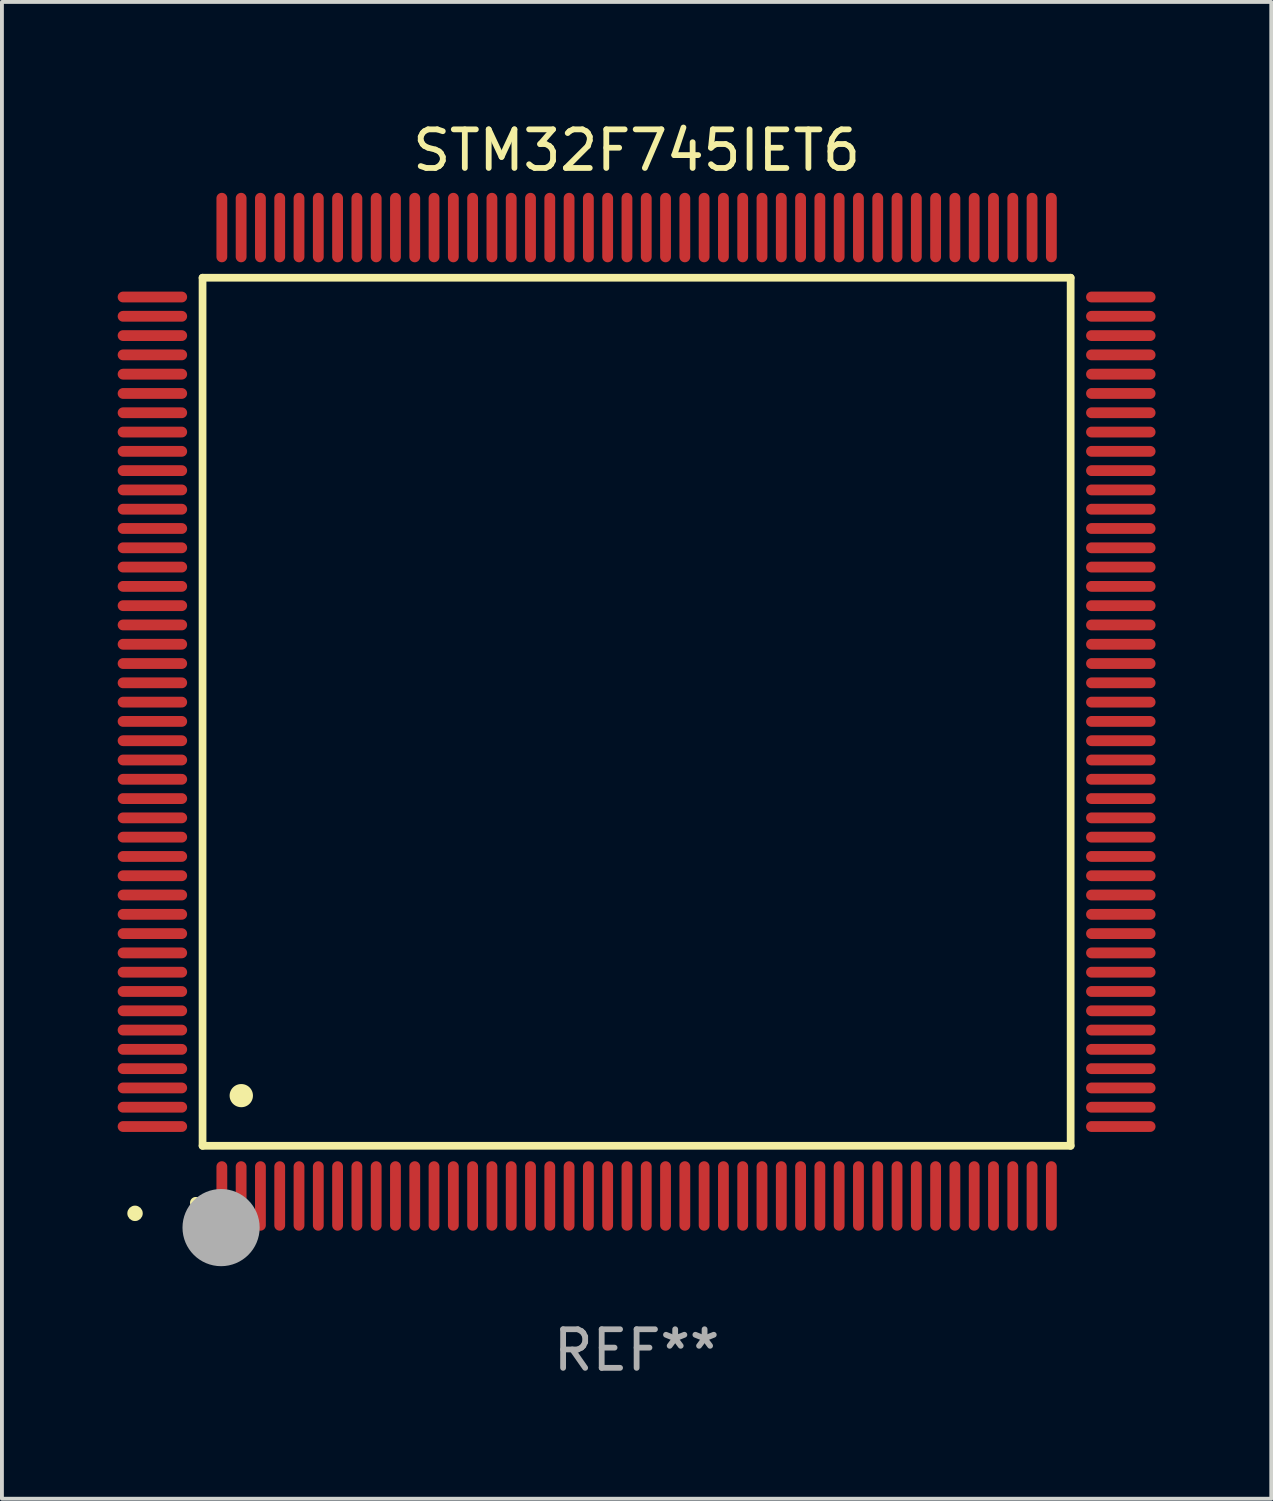
<source format=kicad_pcb>
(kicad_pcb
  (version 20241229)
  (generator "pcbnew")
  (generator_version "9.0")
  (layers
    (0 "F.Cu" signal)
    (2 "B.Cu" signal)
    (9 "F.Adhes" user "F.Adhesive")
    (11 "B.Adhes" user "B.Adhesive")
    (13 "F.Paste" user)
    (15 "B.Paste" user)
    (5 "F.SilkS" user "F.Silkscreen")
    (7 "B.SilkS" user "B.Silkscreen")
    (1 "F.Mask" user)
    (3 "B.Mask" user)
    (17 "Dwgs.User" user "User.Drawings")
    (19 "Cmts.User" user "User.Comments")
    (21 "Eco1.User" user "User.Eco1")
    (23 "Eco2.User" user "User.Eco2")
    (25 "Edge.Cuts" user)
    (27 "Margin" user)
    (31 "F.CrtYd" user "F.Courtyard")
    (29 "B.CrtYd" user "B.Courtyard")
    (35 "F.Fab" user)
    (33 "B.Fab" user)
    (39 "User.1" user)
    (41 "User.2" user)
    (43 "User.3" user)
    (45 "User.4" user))
  (footprint "STM32F745IET6"
    (layer "F.Cu")
    (at 13.45 15.398)
    (property "Reference" "STM32F745IET6" (at 0 -14.55 0) (layer "F.SilkS") (effects (font (size 1 1) (thickness 0.15))))
    (attr through_hole)
    (fp_line (start -11.25 -11.25) (end 11.25 -11.25) (stroke (width 0.2) (type solid)) (layer "F.SilkS"))
    (fp_line (start -11.25 11.25) (end -11.25 -11.25) (stroke (width 0.2) (type solid)) (layer "F.SilkS"))
    (fp_line (start 11.25 -11.25) (end 11.25 11.25) (stroke (width 0.2) (type solid)) (layer "F.SilkS"))
    (fp_line (start 11.25 11.25) (end -11.25 11.25) (stroke (width 0.2) (type solid)) (layer "F.SilkS"))
    (fp_arc (start -11.424943 12.725425) (mid -11.423673 12.72542) (end -11.422403 12.725425) (stroke (width 0.3) (type solid)) (layer "F.SilkS"))
    (fp_arc (start -10.24892 9.9492) (mid -10.24638 9.949189) (end -10.24384 9.9492) (stroke (width 0.6) (type solid)) (layer "F.SilkS"))
    (fp_circle (center -13 13) (end -12.9 13) (stroke (width 0.2) (type solid)) (fill no) (layer "F.SilkS"))
    (fp_circle (center -10.77 13.37) (end -10.27 13.37) (stroke (width 1) (type solid)) (fill no) (layer "F.Fab"))
    (fp_text user "REF**" (at 0 16.55 0) (layer "F.Fab") (effects (font (size 1 1) (thickness 0.15))))
    (pad "1" smd oval (at -10.75 12.55) (size 0.28 1.8) (layers "F.Cu" "F.Mask" "F.Paste"))
    (pad "2" smd oval (at -10.25 12.55) (size 0.28 1.8) (layers "F.Cu" "F.Mask" "F.Paste"))
    (pad "3" smd oval (at -9.75 12.55) (size 0.28 1.8) (layers "F.Cu" "F.Mask" "F.Paste"))
    (pad "4" smd oval (at -9.25 12.55) (size 0.28 1.8) (layers "F.Cu" "F.Mask" "F.Paste"))
    (pad "5" smd oval (at -8.75 12.55) (size 0.28 1.8) (layers "F.Cu" "F.Mask" "F.Paste"))
    (pad "6" smd oval (at -8.25 12.55) (size 0.28 1.8) (layers "F.Cu" "F.Mask" "F.Paste"))
    (pad "7" smd oval (at -7.75 12.55) (size 0.28 1.8) (layers "F.Cu" "F.Mask" "F.Paste"))
    (pad "8" smd oval (at -7.25 12.55) (size 0.28 1.8) (layers "F.Cu" "F.Mask" "F.Paste"))
    (pad "9" smd oval (at -6.75 12.55) (size 0.28 1.8) (layers "F.Cu" "F.Mask" "F.Paste"))
    (pad "10" smd oval (at -6.25 12.55) (size 0.28 1.8) (layers "F.Cu" "F.Mask" "F.Paste"))
    (pad "11" smd oval (at -5.75 12.55) (size 0.28 1.8) (layers "F.Cu" "F.Mask" "F.Paste"))
    (pad "12" smd oval (at -5.25 12.55) (size 0.28 1.8) (layers "F.Cu" "F.Mask" "F.Paste"))
    (pad "13" smd oval (at -4.75 12.55) (size 0.28 1.8) (layers "F.Cu" "F.Mask" "F.Paste"))
    (pad "14" smd oval (at -4.25 12.55) (size 0.28 1.8) (layers "F.Cu" "F.Mask" "F.Paste"))
    (pad "15" smd oval (at -3.75 12.55) (size 0.28 1.8) (layers "F.Cu" "F.Mask" "F.Paste"))
    (pad "16" smd oval (at -3.25 12.55) (size 0.28 1.8) (layers "F.Cu" "F.Mask" "F.Paste"))
    (pad "17" smd oval (at -2.75 12.55) (size 0.28 1.8) (layers "F.Cu" "F.Mask" "F.Paste"))
    (pad "18" smd oval (at -2.25 12.55) (size 0.28 1.8) (layers "F.Cu" "F.Mask" "F.Paste"))
    (pad "19" smd oval (at -1.75 12.55) (size 0.28 1.8) (layers "F.Cu" "F.Mask" "F.Paste"))
    (pad "20" smd oval (at -1.25 12.55) (size 0.28 1.8) (layers "F.Cu" "F.Mask" "F.Paste"))
    (pad "21" smd oval (at -0.75 12.55) (size 0.28 1.8) (layers "F.Cu" "F.Mask" "F.Paste"))
    (pad "22" smd oval (at -0.25 12.55) (size 0.28 1.8) (layers "F.Cu" "F.Mask" "F.Paste"))
    (pad "23" smd oval (at 0.25 12.55) (size 0.28 1.8) (layers "F.Cu" "F.Mask" "F.Paste"))
    (pad "24" smd oval (at 0.75 12.55) (size 0.28 1.8) (layers "F.Cu" "F.Mask" "F.Paste"))
    (pad "25" smd oval (at 1.25 12.55) (size 0.28 1.8) (layers "F.Cu" "F.Mask" "F.Paste"))
    (pad "26" smd oval (at 1.75 12.55) (size 0.28 1.8) (layers "F.Cu" "F.Mask" "F.Paste"))
    (pad "27" smd oval (at 2.25 12.55) (size 0.28 1.8) (layers "F.Cu" "F.Mask" "F.Paste"))
    (pad "28" smd oval (at 2.75 12.55) (size 0.28 1.8) (layers "F.Cu" "F.Mask" "F.Paste"))
    (pad "29" smd oval (at 3.25 12.55) (size 0.28 1.8) (layers "F.Cu" "F.Mask" "F.Paste"))
    (pad "30" smd oval (at 3.75 12.55) (size 0.28 1.8) (layers "F.Cu" "F.Mask" "F.Paste"))
    (pad "31" smd oval (at 4.25 12.55) (size 0.28 1.8) (layers "F.Cu" "F.Mask" "F.Paste"))
    (pad "32" smd oval (at 4.75 12.55) (size 0.28 1.8) (layers "F.Cu" "F.Mask" "F.Paste"))
    (pad "33" smd oval (at 5.25 12.55) (size 0.28 1.8) (layers "F.Cu" "F.Mask" "F.Paste"))
    (pad "34" smd oval (at 5.75 12.55) (size 0.28 1.8) (layers "F.Cu" "F.Mask" "F.Paste"))
    (pad "35" smd oval (at 6.25 12.55) (size 0.28 1.8) (layers "F.Cu" "F.Mask" "F.Paste"))
    (pad "36" smd oval (at 6.75 12.55) (size 0.28 1.8) (layers "F.Cu" "F.Mask" "F.Paste"))
    (pad "37" smd oval (at 7.25 12.55) (size 0.28 1.8) (layers "F.Cu" "F.Mask" "F.Paste"))
    (pad "38" smd oval (at 7.75 12.55) (size 0.28 1.8) (layers "F.Cu" "F.Mask" "F.Paste"))
    (pad "39" smd oval (at 8.25 12.55) (size 0.28 1.8) (layers "F.Cu" "F.Mask" "F.Paste"))
    (pad "40" smd oval (at 8.75 12.55) (size 0.28 1.8) (layers "F.Cu" "F.Mask" "F.Paste"))
    (pad "41" smd oval (at 9.25 12.55) (size 0.28 1.8) (layers "F.Cu" "F.Mask" "F.Paste"))
    (pad "42" smd oval (at 9.75 12.55) (size 0.28 1.8) (layers "F.Cu" "F.Mask" "F.Paste"))
    (pad "43" smd oval (at 10.25 12.55) (size 0.28 1.8) (layers "F.Cu" "F.Mask" "F.Paste"))
    (pad "44" smd oval (at 10.75 12.55) (size 0.28 1.8) (layers "F.Cu" "F.Mask" "F.Paste"))
    (pad "45" smd oval (at 12.55 10.75) (size 1.8 0.28) (layers "F.Cu" "F.Mask" "F.Paste"))
    (pad "46" smd oval (at 12.55 10.25) (size 1.8 0.28) (layers "F.Cu" "F.Mask" "F.Paste"))
    (pad "47" smd oval (at 12.55 9.75) (size 1.8 0.28) (layers "F.Cu" "F.Mask" "F.Paste"))
    (pad "48" smd oval (at 12.55 9.25) (size 1.8 0.28) (layers "F.Cu" "F.Mask" "F.Paste"))
    (pad "49" smd oval (at 12.55 8.75) (size 1.8 0.28) (layers "F.Cu" "F.Mask" "F.Paste"))
    (pad "50" smd oval (at 12.55 8.25) (size 1.8 0.28) (layers "F.Cu" "F.Mask" "F.Paste"))
    (pad "51" smd oval (at 12.55 7.75) (size 1.8 0.28) (layers "F.Cu" "F.Mask" "F.Paste"))
    (pad "52" smd oval (at 12.55 7.25) (size 1.8 0.28) (layers "F.Cu" "F.Mask" "F.Paste"))
    (pad "53" smd oval (at 12.55 6.75) (size 1.8 0.28) (layers "F.Cu" "F.Mask" "F.Paste"))
    (pad "54" smd oval (at 12.55 6.25) (size 1.8 0.28) (layers "F.Cu" "F.Mask" "F.Paste"))
    (pad "55" smd oval (at 12.55 5.75) (size 1.8 0.28) (layers "F.Cu" "F.Mask" "F.Paste"))
    (pad "56" smd oval (at 12.55 5.25) (size 1.8 0.28) (layers "F.Cu" "F.Mask" "F.Paste"))
    (pad "57" smd oval (at 12.55 4.75) (size 1.8 0.28) (layers "F.Cu" "F.Mask" "F.Paste"))
    (pad "58" smd oval (at 12.55 4.25) (size 1.8 0.28) (layers "F.Cu" "F.Mask" "F.Paste"))
    (pad "59" smd oval (at 12.55 3.75) (size 1.8 0.28) (layers "F.Cu" "F.Mask" "F.Paste"))
    (pad "60" smd oval (at 12.55 3.25) (size 1.8 0.28) (layers "F.Cu" "F.Mask" "F.Paste"))
    (pad "61" smd oval (at 12.55 2.75) (size 1.8 0.28) (layers "F.Cu" "F.Mask" "F.Paste"))
    (pad "62" smd oval (at 12.55 2.25) (size 1.8 0.28) (layers "F.Cu" "F.Mask" "F.Paste"))
    (pad "63" smd oval (at 12.55 1.75) (size 1.8 0.28) (layers "F.Cu" "F.Mask" "F.Paste"))
    (pad "64" smd oval (at 12.55 1.25) (size 1.8 0.28) (layers "F.Cu" "F.Mask" "F.Paste"))
    (pad "65" smd oval (at 12.55 0.75) (size 1.8 0.28) (layers "F.Cu" "F.Mask" "F.Paste"))
    (pad "66" smd oval (at 12.55 0.25) (size 1.8 0.28) (layers "F.Cu" "F.Mask" "F.Paste"))
    (pad "67" smd oval (at 12.55 -0.25) (size 1.8 0.28) (layers "F.Cu" "F.Mask" "F.Paste"))
    (pad "68" smd oval (at 12.55 -0.75) (size 1.8 0.28) (layers "F.Cu" "F.Mask" "F.Paste"))
    (pad "69" smd oval (at 12.55 -1.25) (size 1.8 0.28) (layers "F.Cu" "F.Mask" "F.Paste"))
    (pad "70" smd oval (at 12.55 -1.75) (size 1.8 0.28) (layers "F.Cu" "F.Mask" "F.Paste"))
    (pad "71" smd oval (at 12.55 -2.25) (size 1.8 0.28) (layers "F.Cu" "F.Mask" "F.Paste"))
    (pad "72" smd oval (at 12.55 -2.75) (size 1.8 0.28) (layers "F.Cu" "F.Mask" "F.Paste"))
    (pad "73" smd oval (at 12.55 -3.25) (size 1.8 0.28) (layers "F.Cu" "F.Mask" "F.Paste"))
    (pad "74" smd oval (at 12.55 -3.75) (size 1.8 0.28) (layers "F.Cu" "F.Mask" "F.Paste"))
    (pad "75" smd oval (at 12.55 -4.25) (size 1.8 0.28) (layers "F.Cu" "F.Mask" "F.Paste"))
    (pad "76" smd oval (at 12.55 -4.75) (size 1.8 0.28) (layers "F.Cu" "F.Mask" "F.Paste"))
    (pad "77" smd oval (at 12.55 -5.25) (size 1.8 0.28) (layers "F.Cu" "F.Mask" "F.Paste"))
    (pad "78" smd oval (at 12.55 -5.75) (size 1.8 0.28) (layers "F.Cu" "F.Mask" "F.Paste"))
    (pad "79" smd oval (at 12.55 -6.25) (size 1.8 0.28) (layers "F.Cu" "F.Mask" "F.Paste"))
    (pad "80" smd oval (at 12.55 -6.75) (size 1.8 0.28) (layers "F.Cu" "F.Mask" "F.Paste"))
    (pad "81" smd oval (at 12.55 -7.25) (size 1.8 0.28) (layers "F.Cu" "F.Mask" "F.Paste"))
    (pad "82" smd oval (at 12.55 -7.75) (size 1.8 0.28) (layers "F.Cu" "F.Mask" "F.Paste"))
    (pad "83" smd oval (at 12.55 -8.25) (size 1.8 0.28) (layers "F.Cu" "F.Mask" "F.Paste"))
    (pad "84" smd oval (at 12.55 -8.75) (size 1.8 0.28) (layers "F.Cu" "F.Mask" "F.Paste"))
    (pad "85" smd oval (at 12.55 -9.25) (size 1.8 0.28) (layers "F.Cu" "F.Mask" "F.Paste"))
    (pad "86" smd oval (at 12.55 -9.75) (size 1.8 0.28) (layers "F.Cu" "F.Mask" "F.Paste"))
    (pad "87" smd oval (at 12.55 -10.25) (size 1.8 0.28) (layers "F.Cu" "F.Mask" "F.Paste"))
    (pad "88" smd oval (at 12.55 -10.75) (size 1.8 0.28) (layers "F.Cu" "F.Mask" "F.Paste"))
    (pad "89" smd oval (at 10.75 -12.55) (size 0.28 1.8) (layers "F.Cu" "F.Mask" "F.Paste"))
    (pad "90" smd oval (at 10.25 -12.55) (size 0.28 1.8) (layers "F.Cu" "F.Mask" "F.Paste"))
    (pad "91" smd oval (at 9.75 -12.55) (size 0.28 1.8) (layers "F.Cu" "F.Mask" "F.Paste"))
    (pad "92" smd oval (at 9.25 -12.55) (size 0.28 1.8) (layers "F.Cu" "F.Mask" "F.Paste"))
    (pad "93" smd oval (at 8.75 -12.55) (size 0.28 1.8) (layers "F.Cu" "F.Mask" "F.Paste"))
    (pad "94" smd oval (at 8.25 -12.55) (size 0.28 1.8) (layers "F.Cu" "F.Mask" "F.Paste"))
    (pad "95" smd oval (at 7.75 -12.55) (size 0.28 1.8) (layers "F.Cu" "F.Mask" "F.Paste"))
    (pad "96" smd oval (at 7.25 -12.55) (size 0.28 1.8) (layers "F.Cu" "F.Mask" "F.Paste"))
    (pad "97" smd oval (at 6.75 -12.55) (size 0.28 1.8) (layers "F.Cu" "F.Mask" "F.Paste"))
    (pad "98" smd oval (at 6.25 -12.55) (size 0.28 1.8) (layers "F.Cu" "F.Mask" "F.Paste"))
    (pad "99" smd oval (at 5.75 -12.55) (size 0.28 1.8) (layers "F.Cu" "F.Mask" "F.Paste"))
    (pad "100" smd oval (at 5.25 -12.55) (size 0.28 1.8) (layers "F.Cu" "F.Mask" "F.Paste"))
    (pad "101" smd oval (at 4.75 -12.55) (size 0.28 1.8) (layers "F.Cu" "F.Mask" "F.Paste"))
    (pad "102" smd oval (at 4.25 -12.55) (size 0.28 1.8) (layers "F.Cu" "F.Mask" "F.Paste"))
    (pad "103" smd oval (at 3.75 -12.55) (size 0.28 1.8) (layers "F.Cu" "F.Mask" "F.Paste"))
    (pad "104" smd oval (at 3.25 -12.55) (size 0.28 1.8) (layers "F.Cu" "F.Mask" "F.Paste"))
    (pad "105" smd oval (at 2.75 -12.55) (size 0.28 1.8) (layers "F.Cu" "F.Mask" "F.Paste"))
    (pad "106" smd oval (at 2.25 -12.55) (size 0.28 1.8) (layers "F.Cu" "F.Mask" "F.Paste"))
    (pad "107" smd oval (at 1.75 -12.55) (size 0.28 1.8) (layers "F.Cu" "F.Mask" "F.Paste"))
    (pad "108" smd oval (at 1.25 -12.55) (size 0.28 1.8) (layers "F.Cu" "F.Mask" "F.Paste"))
    (pad "109" smd oval (at 0.75 -12.55) (size 0.28 1.8) (layers "F.Cu" "F.Mask" "F.Paste"))
    (pad "110" smd oval (at 0.25 -12.55) (size 0.28 1.8) (layers "F.Cu" "F.Mask" "F.Paste"))
    (pad "111" smd oval (at -0.25 -12.55) (size 0.28 1.8) (layers "F.Cu" "F.Mask" "F.Paste"))
    (pad "112" smd oval (at -0.75 -12.55) (size 0.28 1.8) (layers "F.Cu" "F.Mask" "F.Paste"))
    (pad "113" smd oval (at -1.25 -12.55) (size 0.28 1.8) (layers "F.Cu" "F.Mask" "F.Paste"))
    (pad "114" smd oval (at -1.75 -12.55) (size 0.28 1.8) (layers "F.Cu" "F.Mask" "F.Paste"))
    (pad "115" smd oval (at -2.25 -12.55) (size 0.28 1.8) (layers "F.Cu" "F.Mask" "F.Paste"))
    (pad "116" smd oval (at -2.75 -12.55) (size 0.28 1.8) (layers "F.Cu" "F.Mask" "F.Paste"))
    (pad "117" smd oval (at -3.25 -12.55) (size 0.28 1.8) (layers "F.Cu" "F.Mask" "F.Paste"))
    (pad "118" smd oval (at -3.75 -12.55) (size 0.28 1.8) (layers "F.Cu" "F.Mask" "F.Paste"))
    (pad "119" smd oval (at -4.25 -12.55) (size 0.28 1.8) (layers "F.Cu" "F.Mask" "F.Paste"))
    (pad "120" smd oval (at -4.75 -12.55) (size 0.28 1.8) (layers "F.Cu" "F.Mask" "F.Paste"))
    (pad "121" smd oval (at -5.25 -12.55) (size 0.28 1.8) (layers "F.Cu" "F.Mask" "F.Paste"))
    (pad "122" smd oval (at -5.75 -12.55) (size 0.28 1.8) (layers "F.Cu" "F.Mask" "F.Paste"))
    (pad "123" smd oval (at -6.25 -12.55) (size 0.28 1.8) (layers "F.Cu" "F.Mask" "F.Paste"))
    (pad "124" smd oval (at -6.75 -12.55) (size 0.28 1.8) (layers "F.Cu" "F.Mask" "F.Paste"))
    (pad "125" smd oval (at -7.25 -12.55) (size 0.28 1.8) (layers "F.Cu" "F.Mask" "F.Paste"))
    (pad "126" smd oval (at -7.75 -12.55) (size 0.28 1.8) (layers "F.Cu" "F.Mask" "F.Paste"))
    (pad "127" smd oval (at -8.25 -12.55) (size 0.28 1.8) (layers "F.Cu" "F.Mask" "F.Paste"))
    (pad "128" smd oval (at -8.75 -12.55) (size 0.28 1.8) (layers "F.Cu" "F.Mask" "F.Paste"))
    (pad "129" smd oval (at -9.25 -12.55) (size 0.28 1.8) (layers "F.Cu" "F.Mask" "F.Paste"))
    (pad "130" smd oval (at -9.75 -12.55) (size 0.28 1.8) (layers "F.Cu" "F.Mask" "F.Paste"))
    (pad "131" smd oval (at -10.25 -12.55) (size 0.28 1.8) (layers "F.Cu" "F.Mask" "F.Paste"))
    (pad "132" smd oval (at -10.75 -12.55) (size 0.28 1.8) (layers "F.Cu" "F.Mask" "F.Paste"))
    (pad "133" smd oval (at -12.55 -10.75) (size 1.8 0.28) (layers "F.Cu" "F.Mask" "F.Paste"))
    (pad "134" smd oval (at -12.55 -10.25) (size 1.8 0.28) (layers "F.Cu" "F.Mask" "F.Paste"))
    (pad "135" smd oval (at -12.55 -9.75) (size 1.8 0.28) (layers "F.Cu" "F.Mask" "F.Paste"))
    (pad "136" smd oval (at -12.55 -9.25) (size 1.8 0.28) (layers "F.Cu" "F.Mask" "F.Paste"))
    (pad "137" smd oval (at -12.55 -8.75) (size 1.8 0.28) (layers "F.Cu" "F.Mask" "F.Paste"))
    (pad "138" smd oval (at -12.55 -8.25) (size 1.8 0.28) (layers "F.Cu" "F.Mask" "F.Paste"))
    (pad "139" smd oval (at -12.55 -7.75) (size 1.8 0.28) (layers "F.Cu" "F.Mask" "F.Paste"))
    (pad "140" smd oval (at -12.55 -7.25) (size 1.8 0.28) (layers "F.Cu" "F.Mask" "F.Paste"))
    (pad "141" smd oval (at -12.55 -6.75) (size 1.8 0.28) (layers "F.Cu" "F.Mask" "F.Paste"))
    (pad "142" smd oval (at -12.55 -6.25) (size 1.8 0.28) (layers "F.Cu" "F.Mask" "F.Paste"))
    (pad "143" smd oval (at -12.55 -5.75) (size 1.8 0.28) (layers "F.Cu" "F.Mask" "F.Paste"))
    (pad "144" smd oval (at -12.55 -5.25) (size 1.8 0.28) (layers "F.Cu" "F.Mask" "F.Paste"))
    (pad "145" smd oval (at -12.55 -4.75) (size 1.8 0.28) (layers "F.Cu" "F.Mask" "F.Paste"))
    (pad "146" smd oval (at -12.55 -4.25) (size 1.8 0.28) (layers "F.Cu" "F.Mask" "F.Paste"))
    (pad "147" smd oval (at -12.55 -3.75) (size 1.8 0.28) (layers "F.Cu" "F.Mask" "F.Paste"))
    (pad "148" smd oval (at -12.55 -3.25) (size 1.8 0.28) (layers "F.Cu" "F.Mask" "F.Paste"))
    (pad "149" smd oval (at -12.55 -2.75) (size 1.8 0.28) (layers "F.Cu" "F.Mask" "F.Paste"))
    (pad "150" smd oval (at -12.55 -2.25) (size 1.8 0.28) (layers "F.Cu" "F.Mask" "F.Paste"))
    (pad "151" smd oval (at -12.55 -1.75) (size 1.8 0.28) (layers "F.Cu" "F.Mask" "F.Paste"))
    (pad "152" smd oval (at -12.55 -1.25) (size 1.8 0.28) (layers "F.Cu" "F.Mask" "F.Paste"))
    (pad "153" smd oval (at -12.55 -0.75) (size 1.8 0.28) (layers "F.Cu" "F.Mask" "F.Paste"))
    (pad "154" smd oval (at -12.55 -0.25) (size 1.8 0.28) (layers "F.Cu" "F.Mask" "F.Paste"))
    (pad "155" smd oval (at -12.55 0.25) (size 1.8 0.28) (layers "F.Cu" "F.Mask" "F.Paste"))
    (pad "156" smd oval (at -12.55 0.75) (size 1.8 0.28) (layers "F.Cu" "F.Mask" "F.Paste"))
    (pad "157" smd oval (at -12.55 1.25) (size 1.8 0.28) (layers "F.Cu" "F.Mask" "F.Paste"))
    (pad "158" smd oval (at -12.55 1.75) (size 1.8 0.28) (layers "F.Cu" "F.Mask" "F.Paste"))
    (pad "159" smd oval (at -12.55 2.25) (size 1.8 0.28) (layers "F.Cu" "F.Mask" "F.Paste"))
    (pad "160" smd oval (at -12.55 2.75) (size 1.8 0.28) (layers "F.Cu" "F.Mask" "F.Paste"))
    (pad "161" smd oval (at -12.55 3.25) (size 1.8 0.28) (layers "F.Cu" "F.Mask" "F.Paste"))
    (pad "162" smd oval (at -12.55 3.75) (size 1.8 0.28) (layers "F.Cu" "F.Mask" "F.Paste"))
    (pad "163" smd oval (at -12.55 4.25) (size 1.8 0.28) (layers "F.Cu" "F.Mask" "F.Paste"))
    (pad "164" smd oval (at -12.55 4.75) (size 1.8 0.28) (layers "F.Cu" "F.Mask" "F.Paste"))
    (pad "165" smd oval (at -12.55 5.25) (size 1.8 0.28) (layers "F.Cu" "F.Mask" "F.Paste"))
    (pad "166" smd oval (at -12.55 5.75) (size 1.8 0.28) (layers "F.Cu" "F.Mask" "F.Paste"))
    (pad "167" smd oval (at -12.55 6.25) (size 1.8 0.28) (layers "F.Cu" "F.Mask" "F.Paste"))
    (pad "168" smd oval (at -12.55 6.75) (size 1.8 0.28) (layers "F.Cu" "F.Mask" "F.Paste"))
    (pad "169" smd oval (at -12.55 7.25) (size 1.8 0.28) (layers "F.Cu" "F.Mask" "F.Paste"))
    (pad "170" smd oval (at -12.55 7.75) (size 1.8 0.28) (layers "F.Cu" "F.Mask" "F.Paste"))
    (pad "171" smd oval (at -12.55 8.25) (size 1.8 0.28) (layers "F.Cu" "F.Mask" "F.Paste"))
    (pad "172" smd oval (at -12.55 8.75) (size 1.8 0.28) (layers "F.Cu" "F.Mask" "F.Paste"))
    (pad "173" smd oval (at -12.55 9.25) (size 1.8 0.28) (layers "F.Cu" "F.Mask" "F.Paste"))
    (pad "174" smd oval (at -12.55 9.75) (size 1.8 0.28) (layers "F.Cu" "F.Mask" "F.Paste"))
    (pad "175" smd oval (at -12.55 10.25) (size 1.8 0.28) (layers "F.Cu" "F.Mask" "F.Paste"))
    (pad "176" smd oval (at -12.55 10.75) (size 1.8 0.28) (layers "F.Cu" "F.Mask" "F.Paste")))
  (gr_rect
    (start -3 -3)
    (end 29.9 35.796)
    (stroke (width 0.1) (type default))
    (fill no)
    (layer "Edge.Cuts")))
</source>
